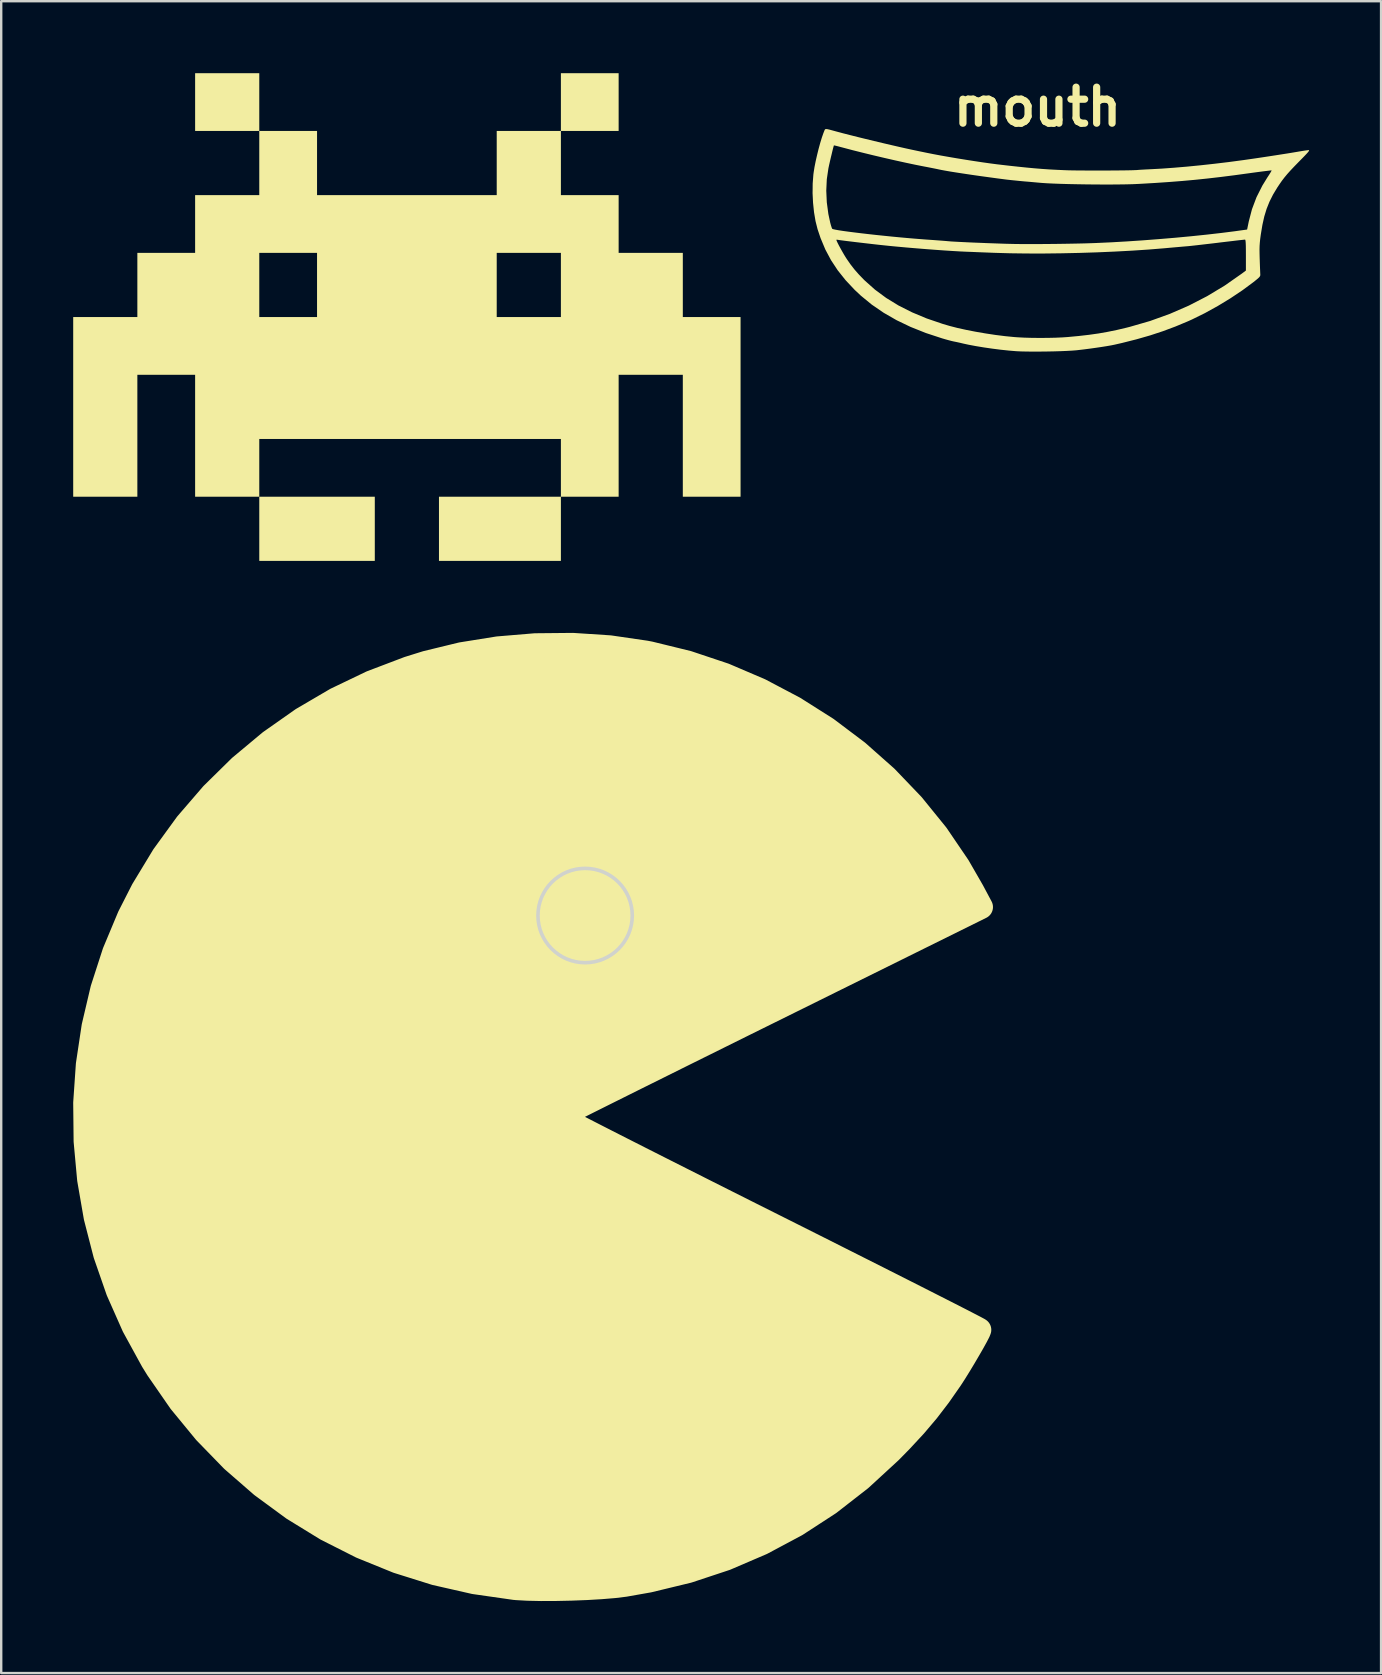
<source format=kicad_pcb>
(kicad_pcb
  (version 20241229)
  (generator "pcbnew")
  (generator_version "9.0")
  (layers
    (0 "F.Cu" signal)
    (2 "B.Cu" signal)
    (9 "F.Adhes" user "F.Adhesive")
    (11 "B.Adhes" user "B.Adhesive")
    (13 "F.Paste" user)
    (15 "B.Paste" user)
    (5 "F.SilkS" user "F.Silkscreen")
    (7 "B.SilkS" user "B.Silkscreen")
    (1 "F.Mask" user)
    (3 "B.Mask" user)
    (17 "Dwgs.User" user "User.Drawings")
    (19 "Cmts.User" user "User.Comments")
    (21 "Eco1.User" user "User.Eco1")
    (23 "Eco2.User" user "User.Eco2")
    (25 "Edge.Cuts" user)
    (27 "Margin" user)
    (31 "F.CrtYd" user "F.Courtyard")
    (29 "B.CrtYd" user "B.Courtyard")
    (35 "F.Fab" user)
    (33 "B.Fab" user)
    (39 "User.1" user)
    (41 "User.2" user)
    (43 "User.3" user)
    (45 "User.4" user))
  (footprint "mouth"
    (layer "F.Cu")
    (at 42.778 8.204)
    (property "Reference" "mouth" (at -2.6 -6.8 0) (layer "F.SilkS") (effects (font (size 1.5 1.5) (thickness 0.3))))
    (attr board_only exclude_from_pos_files exclude_from_bom)
    (fp_poly (pts (xy -11.347 -5.871) (xy -11.26 -5.851) (xy -11.135 -5.817) (xy -10.963 -5.77) (xy -10.923 -5.759) (xy -10.69 -5.697) (xy -10.411 -5.626) (xy -10.098 -5.547) (xy -9.76 -5.464) (xy -9.409 -5.379) (xy -9.054 -5.294) (xy -8.707 -5.213) (xy -8.378 -5.137) (xy -8.077 -5.069) (xy -7.815 -5.012) (xy -7.686 -4.985) (xy -7.535 -4.953) (xy -7.392 -4.924) (xy -7.273 -4.899) (xy -7.195 -4.883) (xy -6.937 -4.832) (xy -6.635 -4.775) (xy -6.299 -4.716) (xy -5.943 -4.655) (xy -5.579 -4.596) (xy -5.219 -4.54) (xy -4.875 -4.488) (xy -4.56 -4.444) (xy -4.286 -4.408) (xy -4.25 -4.404) (xy -3.806 -4.352) (xy -3.409 -4.309) (xy -3.051 -4.272) (xy -2.722 -4.241) (xy -2.412 -4.216) (xy -2.112 -4.195) (xy -1.812 -4.179) (xy -1.504 -4.165) (xy -1.43 -4.162) (xy -1.283 -4.157) (xy -1.095 -4.154) (xy -0.876 -4.151) (xy -0.632 -4.15) (xy -0.37 -4.148) (xy -0.098 -4.148) (xy 0.177 -4.149) (xy 0.447 -4.15) (xy 0.705 -4.152) (xy 0.944 -4.154) (xy 1.157 -4.157) (xy 1.335 -4.161) (xy 1.472 -4.166) (xy 1.561 -4.17) (xy 1.575 -4.172) (xy 1.646 -4.178) (xy 1.76 -4.185) (xy 1.904 -4.193) (xy 2.063 -4.201) (xy 2.109 -4.203) (xy 2.572 -4.228) (xy 3.081 -4.265) (xy 3.625 -4.311) (xy 4.193 -4.367) (xy 4.774 -4.431) (xy 5.359 -4.501) (xy 5.935 -4.578) (xy 5.967 -4.582) (xy 6.196 -4.615) (xy 6.453 -4.652) (xy 6.729 -4.693) (xy 7.013 -4.736) (xy 7.294 -4.779) (xy 7.562 -4.821) (xy 7.806 -4.859) (xy 8.018 -4.894) (xy 8.185 -4.922) (xy 8.221 -4.928) (xy 8.373 -4.954) (xy 8.51 -4.976) (xy 8.619 -4.991) (xy 8.687 -4.999) (xy 8.698 -4.999) (xy 8.715 -4.994) (xy 8.714 -4.974) (xy 8.69 -4.937) (xy 8.639 -4.876) (xy 8.558 -4.789) (xy 8.442 -4.669) (xy 8.305 -4.53) (xy 8.107 -4.327) (xy 7.944 -4.155) (xy 7.807 -4.002) (xy 7.689 -3.86) (xy 7.581 -3.719) (xy 7.477 -3.569) (xy 7.39 -3.439) (xy 7.213 -3.145) (xy 7.067 -2.854) (xy 6.947 -2.555) (xy 6.849 -2.234) (xy 6.77 -1.881) (xy 6.704 -1.482) (xy 6.703 -1.474) (xy 6.679 -1.3) (xy 6.664 -1.152) (xy 6.654 -1.014) (xy 6.65 -0.868) (xy 6.652 -0.698) (xy 6.657 -0.489) (xy 6.658 -0.462) (xy 6.664 -0.282) (xy 6.67 -0.117) (xy 6.676 0.023) (xy 6.68 0.127) (xy 6.683 0.184) (xy 6.683 0.186) (xy 6.681 0.225) (xy 6.665 0.263) (xy 6.627 0.309) (xy 6.559 0.37) (xy 6.456 0.454) (xy 6.401 0.498) (xy 5.939 0.84) (xy 5.437 1.176) (xy 4.909 1.497) (xy 4.371 1.794) (xy 3.841 2.055) (xy 3.67 2.132) (xy 3.151 2.349) (xy 2.629 2.544) (xy 2.092 2.721) (xy 1.527 2.883) (xy 0.922 3.036) (xy 0.607 3.108) (xy 0.468 3.136) (xy 0.284 3.168) (xy 0.069 3.202) (xy -0.167 3.237) (xy -0.41 3.271) (xy -0.648 3.302) (xy -0.868 3.328) (xy -0.982 3.341) (xy -1.16 3.355) (xy -1.383 3.367) (xy -1.642 3.378) (xy -1.924 3.386) (xy -2.219 3.392) (xy -2.514 3.395) (xy -2.799 3.396) (xy -3.062 3.393) (xy -3.291 3.388) (xy -3.476 3.379) (xy -3.482 3.379) (xy -3.795 3.353) (xy -4.135 3.317) (xy -4.488 3.272) (xy -4.838 3.221) (xy -5.171 3.166) (xy -5.473 3.109) (xy -5.693 3.061) (xy -5.827 3.029) (xy -5.96 3) (xy -6.066 2.978) (xy -6.083 2.975) (xy -6.168 2.956) (xy -6.292 2.924) (xy -6.437 2.884) (xy -6.574 2.844) (xy -7.255 2.62) (xy -7.886 2.368) (xy -8.47 2.088) (xy -9.009 1.778) (xy -9.505 1.438) (xy -9.96 1.065) (xy -10.217 0.824) (xy -10.597 0.419) (xy -10.924 0.009) (xy -11.203 -0.414) (xy -11.44 -0.858) (xy -11.608 -1.26) (xy -10.981 -1.26) (xy -10.967 -1.216) (xy -10.929 -1.134) (xy -10.873 -1.024) (xy -10.804 -0.897) (xy -10.729 -0.763) (xy -10.654 -0.633) (xy -10.583 -0.518) (xy -10.545 -0.459) (xy -10.383 -0.227) (xy -10.222 -0.021) (xy -10.047 0.178) (xy -9.844 0.389) (xy -9.795 0.437) (xy -9.372 0.814) (xy -8.904 1.16) (xy -8.39 1.475) (xy -7.827 1.759) (xy -7.217 2.014) (xy -6.558 2.239) (xy -6.271 2.324) (xy -5.945 2.408) (xy -5.575 2.49) (xy -5.176 2.568) (xy -4.763 2.639) (xy -4.348 2.702) (xy -3.948 2.752) (xy -3.575 2.789) (xy -3.439 2.799) (xy -3.159 2.814) (xy -2.846 2.823) (xy -2.514 2.826) (xy -2.18 2.824) (xy -1.858 2.817) (xy -1.565 2.804) (xy -1.344 2.789) (xy -0.877 2.745) (xy -0.453 2.696) (xy -0.058 2.64) (xy 0.322 2.573) (xy 0.703 2.495) (xy 1.097 2.402) (xy 1.243 2.365) (xy 2.091 2.12) (xy 2.912 1.824) (xy 3.705 1.479) (xy 4.469 1.085) (xy 5.201 0.644) (xy 5.899 0.156) (xy 5.909 0.149) (xy 6.083 0.019) (xy 6.083 -0.626) (xy 6.082 -0.846) (xy 6.08 -1.014) (xy 6.075 -1.135) (xy 6.068 -1.214) (xy 6.059 -1.258) (xy 6.047 -1.271) (xy 6.011 -1.268) (xy 5.924 -1.258) (xy 5.793 -1.244) (xy 5.624 -1.224) (xy 5.425 -1.2) (xy 5.201 -1.174) (xy 4.959 -1.145) (xy 4.949 -1.143) (xy 4.698 -1.113) (xy 4.457 -1.085) (xy 4.233 -1.059) (xy 4.036 -1.036) (xy 3.873 -1.018) (xy 3.752 -1.005) (xy 3.684 -0.998) (xy 3.601 -0.991) (xy 3.47 -0.98) (xy 3.302 -0.965) (xy 3.106 -0.948) (xy 2.893 -0.929) (xy 2.687 -0.91) (xy 2.036 -0.857) (xy 1.344 -0.811) (xy 0.622 -0.772) (xy -0.118 -0.74) (xy -0.866 -0.716) (xy -1.612 -0.7) (xy -2.345 -0.691) (xy -3.054 -0.692) (xy -3.73 -0.701) (xy -4.36 -0.719) (xy -4.45 -0.722) (xy -4.675 -0.731) (xy -4.91 -0.74) (xy -5.139 -0.749) (xy -5.346 -0.758) (xy -5.516 -0.764) (xy -5.548 -0.765) (xy -5.807 -0.777) (xy -6.115 -0.795) (xy -6.461 -0.817) (xy -6.838 -0.844) (xy -7.236 -0.874) (xy -7.645 -0.907) (xy -8.057 -0.942) (xy -8.463 -0.979) (xy -8.654 -0.997) (xy -8.804 -1.012) (xy -8.986 -1.031) (xy -9.193 -1.053) (xy -9.417 -1.078) (xy -9.65 -1.105) (xy -9.884 -1.132) (xy -10.113 -1.159) (xy -10.327 -1.185) (xy -10.52 -1.208) (xy -10.684 -1.229) (xy -10.81 -1.245) (xy -10.891 -1.257) (xy -10.916 -1.262) (xy -10.966 -1.267) (xy -10.981 -1.26) (xy -11.608 -1.26) (xy -11.638 -1.331) (xy -11.764 -1.705) (xy -11.848 -2.038) (xy -11.911 -2.41) (xy -11.952 -2.806) (xy -11.972 -3.211) (xy -11.97 -3.31) (xy -11.401 -3.31) (xy -11.379 -2.824) (xy -11.314 -2.337) (xy -11.237 -1.979) (xy -11.207 -1.869) (xy -11.178 -1.779) (xy -11.156 -1.726) (xy -11.151 -1.72) (xy -11.11 -1.704) (xy -11.015 -1.683) (xy -10.874 -1.658) (xy -10.69 -1.63) (xy -10.47 -1.6) (xy -10.218 -1.568) (xy -9.939 -1.534) (xy -9.638 -1.499) (xy -9.322 -1.464) (xy -8.994 -1.43) (xy -8.66 -1.396) (xy -8.325 -1.364) (xy -7.994 -1.334) (xy -7.673 -1.307) (xy -7.367 -1.283) (xy -7.224 -1.272) (xy -7.005 -1.257) (xy -6.798 -1.242) (xy -6.613 -1.228) (xy -6.458 -1.216) (xy -6.342 -1.206) (xy -6.274 -1.2) (xy -6.271 -1.2) (xy -6.195 -1.193) (xy -6.07 -1.186) (xy -5.902 -1.177) (xy -5.699 -1.167) (xy -5.469 -1.156) (xy -5.22 -1.145) (xy -4.959 -1.135) (xy -4.694 -1.124) (xy -4.432 -1.115) (xy -4.181 -1.106) (xy -3.95 -1.098) (xy -3.745 -1.093) (xy -3.574 -1.089) (xy -3.525 -1.088) (xy -3.24 -1.085) (xy -2.909 -1.084) (xy -2.544 -1.085) (xy -2.158 -1.088) (xy -1.762 -1.092) (xy -1.368 -1.098) (xy -0.989 -1.105) (xy -0.636 -1.113) (xy -0.322 -1.123) (xy -0.159 -1.129) (xy 0.458 -1.157) (xy 1.107 -1.194) (xy 1.777 -1.239) (xy 2.457 -1.291) (xy 3.136 -1.348) (xy 3.804 -1.411) (xy 4.449 -1.478) (xy 5.061 -1.548) (xy 5.629 -1.62) (xy 5.776 -1.641) (xy 6.134 -1.69) (xy 6.202 -2.023) (xy 6.336 -2.536) (xy 6.525 -3.037) (xy 6.769 -3.521) (xy 6.976 -3.858) (xy 7.049 -3.969) (xy 7.107 -4.062) (xy 7.144 -4.127) (xy 7.155 -4.154) (xy 7.124 -4.153) (xy 7.043 -4.144) (xy 6.919 -4.129) (xy 6.758 -4.109) (xy 6.567 -4.084) (xy 6.353 -4.055) (xy 6.208 -4.035) (xy 5.601 -3.952) (xy 5.033 -3.88) (xy 4.491 -3.817) (xy 3.962 -3.762) (xy 3.433 -3.714) (xy 2.888 -3.671) (xy 2.316 -3.632) (xy 1.701 -3.596) (xy 1.589 -3.59) (xy 1.367 -3.58) (xy 1.101 -3.573) (xy 0.799 -3.569) (xy 0.47 -3.566) (xy 0.121 -3.566) (xy -0.239 -3.568) (xy -0.603 -3.572) (xy -0.962 -3.578) (xy -1.308 -3.585) (xy -1.634 -3.594) (xy -1.93 -3.605) (xy -2.189 -3.617) (xy -2.404 -3.631) (xy -2.502 -3.639) (xy -2.657 -3.653) (xy -2.821 -3.668) (xy -2.965 -3.681) (xy -3.005 -3.684) (xy -3.162 -3.697) (xy -3.34 -3.714) (xy -3.52 -3.732) (xy -3.688 -3.749) (xy -3.824 -3.764) (xy -3.887 -3.771) (xy -4.257 -3.819) (xy -4.624 -3.869) (xy -4.982 -3.918) (xy -5.325 -3.967) (xy -5.646 -4.015) (xy -5.94 -4.06) (xy -6.2 -4.101) (xy -6.42 -4.139) (xy -6.594 -4.171) (xy -6.698 -4.192) (xy -6.771 -4.208) (xy -6.889 -4.232) (xy -7.039 -4.262) (xy -7.207 -4.295) (xy -7.34 -4.32) (xy -7.698 -4.391) (xy -8.099 -4.476) (xy -8.53 -4.571) (xy -8.979 -4.674) (xy -9.433 -4.781) (xy -9.879 -4.89) (xy -10.305 -4.997) (xy -10.698 -5.101) (xy -10.804 -5.129) (xy -10.92 -5.16) (xy -11.013 -5.183) (xy -11.071 -5.195) (xy -11.083 -5.195) (xy -11.093 -5.164) (xy -11.114 -5.088) (xy -11.142 -4.977) (xy -11.174 -4.842) (xy -11.21 -4.694) (xy -11.245 -4.544) (xy -11.277 -4.403) (xy -11.303 -4.282) (xy -11.313 -4.233) (xy -11.379 -3.784) (xy -11.401 -3.31) (xy -11.97 -3.31) (xy -11.967 -3.609) (xy -11.938 -3.986) (xy -11.925 -4.082) (xy -11.891 -4.295) (xy -11.843 -4.536) (xy -11.785 -4.791) (xy -11.722 -5.047) (xy -11.655 -5.292) (xy -11.588 -5.513) (xy -11.524 -5.698) (xy -11.489 -5.787) (xy -11.473 -5.827) (xy -11.459 -5.856) (xy -11.438 -5.873) (xy -11.404 -5.878)) (stroke (width 0) (type solid)) (fill yes) (layer "F.SilkS")))
  (footprint "pac-man_40mm_Slik"
    (layer "F.Cu")
    (at 19.229 43.396)
    (property "Reference" "pac-man_40mm_Slik" (at -3.2 10.8 0) (layer "F.SilkS") (effects (font (size 1.5 1.5) (thickness 0.3))))
    (attr board_only exclude_from_pos_files exclude_from_bom)
    (fp_poly (pts (xy 3.125 -19.475) (xy 4.62 -19.257) (xy 4.797 -19.223) (xy 6.373 -18.837) (xy 7.907 -18.324) (xy 9.389 -17.69) (xy 10.811 -16.94) (xy 12.167 -16.081) (xy 13.446 -15.117) (xy 14.642 -14.057) (xy 15.746 -12.904) (xy 16.75 -11.666) (xy 17.647 -10.347) (xy 18.235 -9.326) (xy 18.594 -8.653) (xy 9.817 -4.309) (xy 8.776 -3.794) (xy 7.77 -3.295) (xy 6.806 -2.817) (xy 5.891 -2.363) (xy 5.033 -1.936) (xy 4.237 -1.541) (xy 3.513 -1.18) (xy 2.865 -0.857) (xy 2.303 -0.576) (xy 1.833 -0.34) (xy 1.462 -0.153) (xy 1.197 -0.019) (xy 1.046 0.06) (xy 1.012 0.08) (xy 1.07 0.116) (xy 1.247 0.211) (xy 1.535 0.362) (xy 1.927 0.565) (xy 2.417 0.816) (xy 2.996 1.112) (xy 3.659 1.449) (xy 4.398 1.824) (xy 5.205 2.232) (xy 6.075 2.671) (xy 6.999 3.137) (xy 7.971 3.626) (xy 8.983 4.135) (xy 9.754 4.521) (xy 10.792 5.042) (xy 11.796 5.546) (xy 12.757 6.03) (xy 13.669 6.489) (xy 14.525 6.921) (xy 15.317 7.321) (xy 16.039 7.686) (xy 16.683 8.013) (xy 17.242 8.297) (xy 17.71 8.536) (xy 18.078 8.726) (xy 18.341 8.862) (xy 18.49 8.942) (xy 18.524 8.963) (xy 18.489 9.051) (xy 18.394 9.235) (xy 18.253 9.49) (xy 18.079 9.792) (xy 17.887 10.119) (xy 17.69 10.445) (xy 17.503 10.747) (xy 17.339 11) (xy 17.328 11.016) (xy 16.848 11.704) (xy 16.363 12.337) (xy 15.843 12.951) (xy 15.256 13.584) (xy 14.811 14.037) (xy 13.575 15.174) (xy 12.271 16.189) (xy 10.901 17.08) (xy 9.463 17.848) (xy 7.96 18.493) (xy 6.391 19.013) (xy 4.756 19.409) (xy 3.754 19.586) (xy 3.314 19.64) (xy 2.773 19.685) (xy 2.164 19.721) (xy 1.519 19.746) (xy 0.873 19.76) (xy 0.258 19.762) (xy -0.293 19.75) (xy -0.746 19.725) (xy -0.842 19.716) (xy -2.515 19.476) (xy -4.142 19.106) (xy -5.716 18.612) (xy -7.231 17.996) (xy -8.683 17.262) (xy -10.064 16.414) (xy -11.37 15.455) (xy -12.594 14.39) (xy -13.73 13.221) (xy -14.772 11.953) (xy -15.716 10.589) (xy -15.929 10.244) (xy -16.71 8.818) (xy -17.365 7.34) (xy -17.893 5.82) (xy -18.293 4.268) (xy -18.566 2.691) (xy -18.712 1.1) (xy -18.729 -0.498) (xy -18.619 -2.092) (xy -18.381 -3.674) (xy -18.014 -5.235) (xy -17.519 -6.765) (xy -16.895 -8.257) (xy -16.33 -9.367) (xy -15.472 -10.783) (xy -14.505 -12.114) (xy -13.436 -13.354) (xy -12.273 -14.498) (xy -11.021 -15.542) (xy -9.688 -16.479) (xy -8.28 -17.304) (xy -6.804 -18.012) (xy -5.266 -18.597) (xy -4.515 -18.831) (xy -3.052 -19.187) (xy -1.53 -19.431) (xy 0.024 -19.561) (xy 1.585 -19.576)) (stroke (width 1) (type solid)) (fill yes) (layer "F.SilkS"))
    (fp_circle (center 2.1 -8.3) (end 4.065 -8.3) (stroke (width 0.15) (type solid)) (fill no) (layer "Edge.Cuts")))
  (footprint "invader_40mm"
    (layer "F.Cu")
    (at 12.566 10.16)
    (property "Reference" "invader_40mm" (at 0.6 1.8 0) (layer "F.SilkS") (effects (font (size 1.5 1.5) (thickness 0.3))))
    (attr board_only exclude_from_pos_files exclude_from_bom)
    (fp_poly (pts (xy -4.813 -8.957) (xy -4.813 -7.754) (xy -6.149 -7.754) (xy -7.486 -7.754) (xy -7.486 -8.957) (xy -7.486 -10.16) (xy -6.149 -10.16) (xy -4.813 -10.16)) (stroke (width 0) (type solid)) (fill yes) (layer "F.SilkS"))
    (fp_poly (pts (xy 0 8.823) (xy 0 10.16) (xy -2.406 10.16) (xy -4.813 10.16) (xy -4.813 8.823) (xy -4.813 7.486) (xy -2.406 7.486) (xy 0 7.486)) (stroke (width 0) (type solid)) (fill yes) (layer "F.SilkS"))
    (fp_poly (pts (xy 10.16 -8.957) (xy 10.16 -7.754) (xy 8.957 -7.754) (xy 7.754 -7.754) (xy 7.754 -6.417) (xy 7.754 -5.08) (xy 8.957 -5.08) (xy 10.16 -5.08) (xy 10.16 -3.877) (xy 10.16 -2.674) (xy 11.497 -2.674) (xy 12.834 -2.674) (xy 12.834 -1.337) (xy 12.834 0) (xy 14.037 0) (xy 15.24 0) (xy 15.24 3.743) (xy 15.24 7.486) (xy 14.037 7.486) (xy 12.834 7.486) (xy 12.834 4.946) (xy 12.834 2.406) (xy 11.497 2.406) (xy 10.16 2.406) (xy 10.16 4.946) (xy 10.16 7.486) (xy 8.957 7.486) (xy 7.754 7.486) (xy 7.754 8.823) (xy 7.754 10.16) (xy 5.214 10.16) (xy 2.674 10.16) (xy 2.674 8.823) (xy 2.674 7.486) (xy 5.214 7.486) (xy 7.754 7.486) (xy 7.754 6.283) (xy 7.754 5.08) (xy 1.471 5.08) (xy -4.813 5.08) (xy -4.813 6.283) (xy -4.813 7.486) (xy -6.149 7.486) (xy -7.486 7.486) (xy -7.486 4.946) (xy -7.486 2.406) (xy -8.689 2.406) (xy -9.893 2.406) (xy -9.893 4.946) (xy -9.893 7.486) (xy -11.229 7.486) (xy -12.566 7.486) (xy -12.566 3.743) (xy -12.566 0) (xy -11.229 0) (xy -9.893 0) (xy -9.893 -1.337) (xy -9.893 -2.674) (xy -8.689 -2.674) (xy -7.486 -2.674) (xy -4.813 -2.674) (xy -4.813 -1.337) (xy -4.813 0) (xy -3.609 0) (xy -2.406 0) (xy -2.406 -1.337) (xy -2.406 -2.674) (xy 5.08 -2.674) (xy 5.08 -1.337) (xy 5.08 0) (xy 6.417 0) (xy 7.754 0) (xy 7.754 -1.337) (xy 7.754 -2.674) (xy 6.417 -2.674) (xy 5.08 -2.674) (xy -2.406 -2.674) (xy -3.609 -2.674) (xy -4.813 -2.674) (xy -7.486 -2.674) (xy -7.486 -3.877) (xy -7.486 -5.08) (xy -6.149 -5.08) (xy -4.813 -5.08) (xy -4.813 -6.417) (xy -4.813 -7.754) (xy -3.609 -7.754) (xy -2.406 -7.754) (xy -2.406 -6.417) (xy -2.406 -5.08) (xy 1.337 -5.08) (xy 5.08 -5.08) (xy 5.08 -6.417) (xy 5.08 -7.754) (xy 6.417 -7.754) (xy 7.754 -7.754) (xy 7.754 -8.957) (xy 7.754 -10.16) (xy 8.957 -10.16) (xy 10.16 -10.16)) (stroke (width 0) (type solid)) (fill yes) (layer "F.SilkS")))
  (gr_rect
    (start -3 -3)
    (end 54.493 66.658)
    (stroke (width 0.1) (type default))
    (fill no)
    (layer "Edge.Cuts")))
</source>
